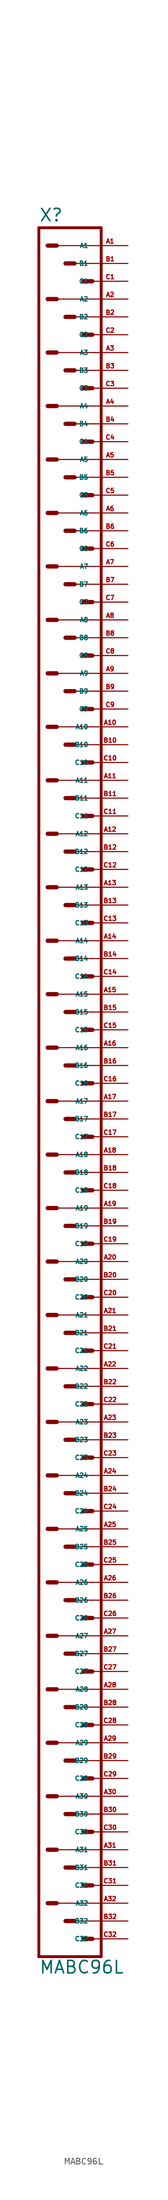
<source format=kicad_sym>
(kicad_symbol_lib
  (version 20220914)
  (generator Eagle2Kicad)
  (symbol "MABC96L"
    (property "Reference" "X"
      (at -5.08 112.522 0)
      (effects (font (size 1.778 1.778) (thickness 0.22)) (justify left bottom)))
    (property "Value" "MABC96L"
      (at -5.08 -137.16 0)
      (effects (font (size 1.778 1.778) (thickness 0.22)) (justify left bottom)))
    (polyline
      (pts (xy 3.81 -134.62) (xy -5.08 -134.62))
      (stroke (width 0.406) (type default))
      (fill (type none)))
    (polyline
      (pts (xy -5.08 111.76) (xy -5.08 -134.62))
      (stroke (width 0.406) (type default))
      (fill (type none)))
    (polyline
      (pts (xy -5.08 111.76) (xy 3.81 111.76))
      (stroke (width 0.406) (type default))
      (fill (type none)))
    (polyline
      (pts (xy 3.81 -134.62) (xy 3.81 111.76))
      (stroke (width 0.406) (type default))
      (fill (type none)))
    (polyline
      (pts (xy 2.54 106.68) (xy 0 106.68))
      (stroke (width 0.152) (type default))
      (fill (type none)))
    (polyline
      (pts (xy -2.54 109.22) (xy 2.54 109.22))
      (stroke (width 0.152) (type default))
      (fill (type none)))
    (polyline
      (pts (xy 2.54 99.06) (xy 0 99.06))
      (stroke (width 0.152) (type default))
      (fill (type none)))
    (polyline
      (pts (xy -2.54 101.6) (xy 2.54 101.6))
      (stroke (width 0.152) (type default))
      (fill (type none)))
    (polyline
      (pts (xy 2.54 91.44) (xy 0 91.44))
      (stroke (width 0.152) (type default))
      (fill (type none)))
    (polyline
      (pts (xy -2.54 93.98) (xy 2.54 93.98))
      (stroke (width 0.152) (type default))
      (fill (type none)))
    (polyline
      (pts (xy -2.54 86.36) (xy 2.54 86.36))
      (stroke (width 0.152) (type default))
      (fill (type none)))
    (polyline
      (pts (xy 2.54 83.82) (xy 0 83.82))
      (stroke (width 0.152) (type default))
      (fill (type none)))
    (polyline
      (pts (xy 2.54 76.2) (xy 0 76.2))
      (stroke (width 0.152) (type default))
      (fill (type none)))
    (polyline
      (pts (xy -2.54 78.74) (xy 2.54 78.74))
      (stroke (width 0.152) (type default))
      (fill (type none)))
    (polyline
      (pts (xy 2.54 68.58) (xy 0 68.58))
      (stroke (width 0.152) (type default))
      (fill (type none)))
    (polyline
      (pts (xy -2.54 71.12) (xy 2.54 71.12))
      (stroke (width 0.152) (type default))
      (fill (type none)))
    (polyline
      (pts (xy 2.54 60.96) (xy 0 60.96))
      (stroke (width 0.152) (type default))
      (fill (type none)))
    (polyline
      (pts (xy -2.54 63.5) (xy 2.54 63.5))
      (stroke (width 0.152) (type default))
      (fill (type none)))
    (polyline
      (pts (xy 2.54 53.34) (xy 0 53.34))
      (stroke (width 0.152) (type default))
      (fill (type none)))
    (polyline
      (pts (xy -2.54 55.88) (xy 2.54 55.88))
      (stroke (width 0.152) (type default))
      (fill (type none)))
    (polyline
      (pts (xy 2.54 45.72) (xy 0 45.72))
      (stroke (width 0.152) (type default))
      (fill (type none)))
    (polyline
      (pts (xy -2.54 48.26) (xy 2.54 48.26))
      (stroke (width 0.152) (type default))
      (fill (type none)))
    (polyline
      (pts (xy 2.54 38.1) (xy 0 38.1))
      (stroke (width 0.152) (type default))
      (fill (type none)))
    (polyline
      (pts (xy -2.54 40.64) (xy 2.54 40.64))
      (stroke (width 0.152) (type default))
      (fill (type none)))
    (polyline
      (pts (xy 2.54 30.48) (xy 0 30.48))
      (stroke (width 0.152) (type default))
      (fill (type none)))
    (polyline
      (pts (xy -2.54 33.02) (xy 2.54 33.02))
      (stroke (width 0.152) (type default))
      (fill (type none)))
    (polyline
      (pts (xy 2.54 22.86) (xy 0 22.86))
      (stroke (width 0.152) (type default))
      (fill (type none)))
    (polyline
      (pts (xy -2.54 25.4) (xy 2.54 25.4))
      (stroke (width 0.152) (type default))
      (fill (type none)))
    (polyline
      (pts (xy 2.54 15.24) (xy 0 15.24))
      (stroke (width 0.152) (type default))
      (fill (type none)))
    (polyline
      (pts (xy -2.54 17.78) (xy 2.54 17.78))
      (stroke (width 0.152) (type default))
      (fill (type none)))
    (polyline
      (pts (xy 2.54 7.62) (xy 0 7.62))
      (stroke (width 0.152) (type default))
      (fill (type none)))
    (polyline
      (pts (xy -2.54 10.16) (xy 2.54 10.16))
      (stroke (width 0.152) (type default))
      (fill (type none)))
    (polyline
      (pts (xy 2.54 0) (xy 0 0))
      (stroke (width 0.152) (type default))
      (fill (type none)))
    (polyline
      (pts (xy -2.54 2.54) (xy 2.54 2.54))
      (stroke (width 0.152) (type default))
      (fill (type none)))
    (polyline
      (pts (xy 2.54 -7.62) (xy 0 -7.62))
      (stroke (width 0.152) (type default))
      (fill (type none)))
    (polyline
      (pts (xy -2.54 -5.08) (xy 2.54 -5.08))
      (stroke (width 0.152) (type default))
      (fill (type none)))
    (polyline
      (pts (xy 2.54 -15.24) (xy 0 -15.24))
      (stroke (width 0.152) (type default))
      (fill (type none)))
    (polyline
      (pts (xy -2.54 -12.7) (xy 2.54 -12.7))
      (stroke (width 0.152) (type default))
      (fill (type none)))
    (polyline
      (pts (xy 2.54 -22.86) (xy 0 -22.86))
      (stroke (width 0.152) (type default))
      (fill (type none)))
    (polyline
      (pts (xy -2.54 -20.32) (xy 2.54 -20.32))
      (stroke (width 0.152) (type default))
      (fill (type none)))
    (polyline
      (pts (xy 2.54 -30.48) (xy 0 -30.48))
      (stroke (width 0.152) (type default))
      (fill (type none)))
    (polyline
      (pts (xy -2.54 -27.94) (xy 2.54 -27.94))
      (stroke (width 0.152) (type default))
      (fill (type none)))
    (polyline
      (pts (xy 2.54 -38.1) (xy 0 -38.1))
      (stroke (width 0.152) (type default))
      (fill (type none)))
    (polyline
      (pts (xy -2.54 -35.56) (xy 2.54 -35.56))
      (stroke (width 0.152) (type default))
      (fill (type none)))
    (polyline
      (pts (xy 2.54 -45.72) (xy 0 -45.72))
      (stroke (width 0.152) (type default))
      (fill (type none)))
    (polyline
      (pts (xy -2.54 -43.18) (xy 2.54 -43.18))
      (stroke (width 0.152) (type default))
      (fill (type none)))
    (polyline
      (pts (xy 2.54 -53.34) (xy 0 -53.34))
      (stroke (width 0.152) (type default))
      (fill (type none)))
    (polyline
      (pts (xy -2.54 -50.8) (xy 2.54 -50.8))
      (stroke (width 0.152) (type default))
      (fill (type none)))
    (polyline
      (pts (xy 2.54 -60.96) (xy 0 -60.96))
      (stroke (width 0.152) (type default))
      (fill (type none)))
    (polyline
      (pts (xy -2.54 -58.42) (xy 2.54 -58.42))
      (stroke (width 0.152) (type default))
      (fill (type none)))
    (polyline
      (pts (xy 2.54 -68.58) (xy 0 -68.58))
      (stroke (width 0.152) (type default))
      (fill (type none)))
    (polyline
      (pts (xy -2.54 -66.04) (xy 2.54 -66.04))
      (stroke (width 0.152) (type default))
      (fill (type none)))
    (polyline
      (pts (xy 2.54 -76.2) (xy 0 -76.2))
      (stroke (width 0.152) (type default))
      (fill (type none)))
    (polyline
      (pts (xy -2.54 -73.66) (xy 2.54 -73.66))
      (stroke (width 0.152) (type default))
      (fill (type none)))
    (polyline
      (pts (xy 2.54 -83.82) (xy 0 -83.82))
      (stroke (width 0.152) (type default))
      (fill (type none)))
    (polyline
      (pts (xy -2.54 -81.28) (xy 2.54 -81.28))
      (stroke (width 0.152) (type default))
      (fill (type none)))
    (polyline
      (pts (xy 2.54 -91.44) (xy 0 -91.44))
      (stroke (width 0.152) (type default))
      (fill (type none)))
    (polyline
      (pts (xy 2.54 -99.06) (xy 0 -99.06))
      (stroke (width 0.152) (type default))
      (fill (type none)))
    (polyline
      (pts (xy 2.54 -106.68) (xy 0 -106.68))
      (stroke (width 0.152) (type default))
      (fill (type none)))
    (polyline
      (pts (xy -2.54 -88.9) (xy 2.54 -88.9))
      (stroke (width 0.152) (type default))
      (fill (type none)))
    (polyline
      (pts (xy -2.54 -96.52) (xy 2.54 -96.52))
      (stroke (width 0.152) (type default))
      (fill (type none)))
    (polyline
      (pts (xy -2.54 -104.14) (xy 2.54 -104.14))
      (stroke (width 0.152) (type default))
      (fill (type none)))
    (polyline
      (pts (xy 2.54 -114.3) (xy 0 -114.3))
      (stroke (width 0.152) (type default))
      (fill (type none)))
    (polyline
      (pts (xy -2.54 -111.76) (xy 2.54 -111.76))
      (stroke (width 0.152) (type default))
      (fill (type none)))
    (polyline
      (pts (xy 2.54 -121.92) (xy 0 -121.92))
      (stroke (width 0.152) (type default))
      (fill (type none)))
    (polyline
      (pts (xy -2.54 -119.38) (xy 2.54 -119.38))
      (stroke (width 0.152) (type default))
      (fill (type none)))
    (polyline
      (pts (xy -2.54 -127) (xy 2.54 -127))
      (stroke (width 0.152) (type default))
      (fill (type none)))
    (polyline
      (pts (xy 2.54 -129.54) (xy 0 -129.54))
      (stroke (width 0.152) (type default))
      (fill (type none)))
    (polyline
      (pts (xy -3.81 -127) (xy -2.54 -127))
      (stroke (width 0.61) (type default))
      (fill (type none)))
    (polyline
      (pts (xy -1.27 -129.54) (xy 0 -129.54))
      (stroke (width 0.61) (type default))
      (fill (type none)))
    (polyline
      (pts (xy 1.27 -132.08) (xy 2.54 -132.08))
      (stroke (width 0.61) (type default))
      (fill (type none)))
    (polyline
      (pts (xy -3.81 -119.38) (xy -2.54 -119.38))
      (stroke (width 0.61) (type default))
      (fill (type none)))
    (polyline
      (pts (xy -1.27 -121.92) (xy 0 -121.92))
      (stroke (width 0.61) (type default))
      (fill (type none)))
    (polyline
      (pts (xy 1.27 -124.46) (xy 2.54 -124.46))
      (stroke (width 0.61) (type default))
      (fill (type none)))
    (polyline
      (pts (xy -3.81 -111.76) (xy -2.54 -111.76))
      (stroke (width 0.61) (type default))
      (fill (type none)))
    (polyline
      (pts (xy -1.27 -114.3) (xy 0 -114.3))
      (stroke (width 0.61) (type default))
      (fill (type none)))
    (polyline
      (pts (xy 1.27 -116.84) (xy 2.54 -116.84))
      (stroke (width 0.61) (type default))
      (fill (type none)))
    (polyline
      (pts (xy -3.81 -104.14) (xy -2.54 -104.14))
      (stroke (width 0.61) (type default))
      (fill (type none)))
    (polyline
      (pts (xy -1.27 -106.68) (xy 0 -106.68))
      (stroke (width 0.61) (type default))
      (fill (type none)))
    (polyline
      (pts (xy 1.27 -109.22) (xy 2.54 -109.22))
      (stroke (width 0.61) (type default))
      (fill (type none)))
    (polyline
      (pts (xy -3.81 -96.52) (xy -2.54 -96.52))
      (stroke (width 0.61) (type default))
      (fill (type none)))
    (polyline
      (pts (xy -1.27 -99.06) (xy 0 -99.06))
      (stroke (width 0.61) (type default))
      (fill (type none)))
    (polyline
      (pts (xy 1.27 -101.6) (xy 2.54 -101.6))
      (stroke (width 0.61) (type default))
      (fill (type none)))
    (polyline
      (pts (xy -3.81 -88.9) (xy -2.54 -88.9))
      (stroke (width 0.61) (type default))
      (fill (type none)))
    (polyline
      (pts (xy -1.27 -91.44) (xy 0 -91.44))
      (stroke (width 0.61) (type default))
      (fill (type none)))
    (polyline
      (pts (xy 1.27 -93.98) (xy 2.54 -93.98))
      (stroke (width 0.61) (type default))
      (fill (type none)))
    (polyline
      (pts (xy -3.81 -81.28) (xy -2.54 -81.28))
      (stroke (width 0.61) (type default))
      (fill (type none)))
    (polyline
      (pts (xy -1.27 -83.82) (xy 0 -83.82))
      (stroke (width 0.61) (type default))
      (fill (type none)))
    (polyline
      (pts (xy 1.27 -86.36) (xy 2.54 -86.36))
      (stroke (width 0.61) (type default))
      (fill (type none)))
    (polyline
      (pts (xy -3.81 -73.66) (xy -2.54 -73.66))
      (stroke (width 0.61) (type default))
      (fill (type none)))
    (polyline
      (pts (xy -1.27 -76.2) (xy 0 -76.2))
      (stroke (width 0.61) (type default))
      (fill (type none)))
    (polyline
      (pts (xy 1.27 -78.74) (xy 2.54 -78.74))
      (stroke (width 0.61) (type default))
      (fill (type none)))
    (polyline
      (pts (xy -3.81 -66.04) (xy -2.54 -66.04))
      (stroke (width 0.61) (type default))
      (fill (type none)))
    (polyline
      (pts (xy -1.27 -68.58) (xy 0 -68.58))
      (stroke (width 0.61) (type default))
      (fill (type none)))
    (polyline
      (pts (xy 1.27 -71.12) (xy 2.54 -71.12))
      (stroke (width 0.61) (type default))
      (fill (type none)))
    (polyline
      (pts (xy -3.81 -58.42) (xy -2.54 -58.42))
      (stroke (width 0.61) (type default))
      (fill (type none)))
    (polyline
      (pts (xy -1.27 -60.96) (xy 0 -60.96))
      (stroke (width 0.61) (type default))
      (fill (type none)))
    (polyline
      (pts (xy 1.27 -63.5) (xy 2.54 -63.5))
      (stroke (width 0.61) (type default))
      (fill (type none)))
    (polyline
      (pts (xy -3.81 -50.8) (xy -2.54 -50.8))
      (stroke (width 0.61) (type default))
      (fill (type none)))
    (polyline
      (pts (xy -1.27 -53.34) (xy 0 -53.34))
      (stroke (width 0.61) (type default))
      (fill (type none)))
    (polyline
      (pts (xy 1.27 -55.88) (xy 2.54 -55.88))
      (stroke (width 0.61) (type default))
      (fill (type none)))
    (polyline
      (pts (xy -3.81 -43.18) (xy -2.54 -43.18))
      (stroke (width 0.61) (type default))
      (fill (type none)))
    (polyline
      (pts (xy -1.27 -45.72) (xy 0 -45.72))
      (stroke (width 0.61) (type default))
      (fill (type none)))
    (polyline
      (pts (xy 1.27 -48.26) (xy 2.54 -48.26))
      (stroke (width 0.61) (type default))
      (fill (type none)))
    (polyline
      (pts (xy -3.81 -35.56) (xy -2.54 -35.56))
      (stroke (width 0.61) (type default))
      (fill (type none)))
    (polyline
      (pts (xy -1.27 -38.1) (xy 0 -38.1))
      (stroke (width 0.61) (type default))
      (fill (type none)))
    (polyline
      (pts (xy 1.27 -40.64) (xy 2.54 -40.64))
      (stroke (width 0.61) (type default))
      (fill (type none)))
    (polyline
      (pts (xy -3.81 -27.94) (xy -2.54 -27.94))
      (stroke (width 0.61) (type default))
      (fill (type none)))
    (polyline
      (pts (xy -1.27 -30.48) (xy 0 -30.48))
      (stroke (width 0.61) (type default))
      (fill (type none)))
    (polyline
      (pts (xy 1.27 -33.02) (xy 2.54 -33.02))
      (stroke (width 0.61) (type default))
      (fill (type none)))
    (polyline
      (pts (xy -3.81 -20.32) (xy -2.54 -20.32))
      (stroke (width 0.61) (type default))
      (fill (type none)))
    (polyline
      (pts (xy -1.27 -22.86) (xy 0 -22.86))
      (stroke (width 0.61) (type default))
      (fill (type none)))
    (polyline
      (pts (xy 1.27 -25.4) (xy 2.54 -25.4))
      (stroke (width 0.61) (type default))
      (fill (type none)))
    (polyline
      (pts (xy -3.81 -12.7) (xy -2.54 -12.7))
      (stroke (width 0.61) (type default))
      (fill (type none)))
    (polyline
      (pts (xy -1.27 -15.24) (xy 0 -15.24))
      (stroke (width 0.61) (type default))
      (fill (type none)))
    (polyline
      (pts (xy 1.27 -17.78) (xy 2.54 -17.78))
      (stroke (width 0.61) (type default))
      (fill (type none)))
    (polyline
      (pts (xy -3.81 -5.08) (xy -2.54 -5.08))
      (stroke (width 0.61) (type default))
      (fill (type none)))
    (polyline
      (pts (xy -1.27 -7.62) (xy 0 -7.62))
      (stroke (width 0.61) (type default))
      (fill (type none)))
    (polyline
      (pts (xy 1.27 -10.16) (xy 2.54 -10.16))
      (stroke (width 0.61) (type default))
      (fill (type none)))
    (polyline
      (pts (xy -3.81 2.54) (xy -2.54 2.54))
      (stroke (width 0.61) (type default))
      (fill (type none)))
    (polyline
      (pts (xy -1.27 0) (xy 0 0))
      (stroke (width 0.61) (type default))
      (fill (type none)))
    (polyline
      (pts (xy 1.27 -2.54) (xy 2.54 -2.54))
      (stroke (width 0.61) (type default))
      (fill (type none)))
    (polyline
      (pts (xy -3.81 10.16) (xy -2.54 10.16))
      (stroke (width 0.61) (type default))
      (fill (type none)))
    (polyline
      (pts (xy -1.27 7.62) (xy 0 7.62))
      (stroke (width 0.61) (type default))
      (fill (type none)))
    (polyline
      (pts (xy 1.27 5.08) (xy 2.54 5.08))
      (stroke (width 0.61) (type default))
      (fill (type none)))
    (polyline
      (pts (xy -3.81 17.78) (xy -2.54 17.78))
      (stroke (width 0.61) (type default))
      (fill (type none)))
    (polyline
      (pts (xy -1.27 15.24) (xy 0 15.24))
      (stroke (width 0.61) (type default))
      (fill (type none)))
    (polyline
      (pts (xy 1.27 12.7) (xy 2.54 12.7))
      (stroke (width 0.61) (type default))
      (fill (type none)))
    (polyline
      (pts (xy -3.81 25.4) (xy -2.54 25.4))
      (stroke (width 0.61) (type default))
      (fill (type none)))
    (polyline
      (pts (xy -1.27 22.86) (xy 0 22.86))
      (stroke (width 0.61) (type default))
      (fill (type none)))
    (polyline
      (pts (xy 1.27 20.32) (xy 2.54 20.32))
      (stroke (width 0.61) (type default))
      (fill (type none)))
    (polyline
      (pts (xy -3.81 33.02) (xy -2.54 33.02))
      (stroke (width 0.61) (type default))
      (fill (type none)))
    (polyline
      (pts (xy -1.27 30.48) (xy 0 30.48))
      (stroke (width 0.61) (type default))
      (fill (type none)))
    (polyline
      (pts (xy 1.27 27.94) (xy 2.54 27.94))
      (stroke (width 0.61) (type default))
      (fill (type none)))
    (polyline
      (pts (xy -3.81 40.64) (xy -2.54 40.64))
      (stroke (width 0.61) (type default))
      (fill (type none)))
    (polyline
      (pts (xy -1.27 38.1) (xy 0 38.1))
      (stroke (width 0.61) (type default))
      (fill (type none)))
    (polyline
      (pts (xy 1.27 35.56) (xy 2.54 35.56))
      (stroke (width 0.61) (type default))
      (fill (type none)))
    (polyline
      (pts (xy -3.81 48.26) (xy -2.54 48.26))
      (stroke (width 0.61) (type default))
      (fill (type none)))
    (polyline
      (pts (xy -1.27 45.72) (xy 0 45.72))
      (stroke (width 0.61) (type default))
      (fill (type none)))
    (polyline
      (pts (xy 1.27 43.18) (xy 2.54 43.18))
      (stroke (width 0.61) (type default))
      (fill (type none)))
    (polyline
      (pts (xy -3.81 55.88) (xy -2.54 55.88))
      (stroke (width 0.61) (type default))
      (fill (type none)))
    (polyline
      (pts (xy -1.27 53.34) (xy 0 53.34))
      (stroke (width 0.61) (type default))
      (fill (type none)))
    (polyline
      (pts (xy 1.27 50.8) (xy 2.54 50.8))
      (stroke (width 0.61) (type default))
      (fill (type none)))
    (polyline
      (pts (xy -3.81 63.5) (xy -2.54 63.5))
      (stroke (width 0.61) (type default))
      (fill (type none)))
    (polyline
      (pts (xy -1.27 60.96) (xy 0 60.96))
      (stroke (width 0.61) (type default))
      (fill (type none)))
    (polyline
      (pts (xy 1.27 58.42) (xy 2.54 58.42))
      (stroke (width 0.61) (type default))
      (fill (type none)))
    (polyline
      (pts (xy -3.81 71.12) (xy -2.54 71.12))
      (stroke (width 0.61) (type default))
      (fill (type none)))
    (polyline
      (pts (xy -1.27 68.58) (xy 0 68.58))
      (stroke (width 0.61) (type default))
      (fill (type none)))
    (polyline
      (pts (xy 1.27 66.04) (xy 2.54 66.04))
      (stroke (width 0.61) (type default))
      (fill (type none)))
    (polyline
      (pts (xy -3.81 78.74) (xy -2.54 78.74))
      (stroke (width 0.61) (type default))
      (fill (type none)))
    (polyline
      (pts (xy -1.27 76.2) (xy 0 76.2))
      (stroke (width 0.61) (type default))
      (fill (type none)))
    (polyline
      (pts (xy 1.27 73.66) (xy 2.54 73.66))
      (stroke (width 0.61) (type default))
      (fill (type none)))
    (polyline
      (pts (xy -3.81 86.36) (xy -2.54 86.36))
      (stroke (width 0.61) (type default))
      (fill (type none)))
    (polyline
      (pts (xy -1.27 83.82) (xy 0 83.82))
      (stroke (width 0.61) (type default))
      (fill (type none)))
    (polyline
      (pts (xy 1.27 81.28) (xy 2.54 81.28))
      (stroke (width 0.61) (type default))
      (fill (type none)))
    (polyline
      (pts (xy -3.81 93.98) (xy -2.54 93.98))
      (stroke (width 0.61) (type default))
      (fill (type none)))
    (polyline
      (pts (xy -1.27 91.44) (xy 0 91.44))
      (stroke (width 0.61) (type default))
      (fill (type none)))
    (polyline
      (pts (xy 1.27 88.9) (xy 2.54 88.9))
      (stroke (width 0.61) (type default))
      (fill (type none)))
    (polyline
      (pts (xy -3.81 101.6) (xy -2.54 101.6))
      (stroke (width 0.61) (type default))
      (fill (type none)))
    (polyline
      (pts (xy -1.27 99.06) (xy 0 99.06))
      (stroke (width 0.61) (type default))
      (fill (type none)))
    (polyline
      (pts (xy 1.27 96.52) (xy 2.54 96.52))
      (stroke (width 0.61) (type default))
      (fill (type none)))
    (polyline
      (pts (xy -3.81 109.22) (xy -2.54 109.22))
      (stroke (width 0.61) (type default))
      (fill (type none)))
    (polyline
      (pts (xy -1.27 106.68) (xy 0 106.68))
      (stroke (width 0.61) (type default))
      (fill (type none)))
    (polyline
      (pts (xy 1.27 104.14) (xy 2.54 104.14))
      (stroke (width 0.61) (type default))
      (fill (type none)))
    (pin passive line
      (at 7.62 106.68 180)
      (length 5.08)
      (name "B1" (effects (font (size 0.635 0.635) (thickness 0.08)) (justify left bottom)))
      (number "B1" (effects (font (size 0.635 0.635) (thickness 0.08)) (justify left bottom))))
    (pin passive line
      (at 7.62 99.06 180)
      (length 5.08)
      (name "B2" (effects (font (size 0.635 0.635) (thickness 0.08)) (justify left bottom)))
      (number "B2" (effects (font (size 0.635 0.635) (thickness 0.08)) (justify left bottom))))
    (pin passive line
      (at 7.62 91.44 180)
      (length 5.08)
      (name "B3" (effects (font (size 0.635 0.635) (thickness 0.08)) (justify left bottom)))
      (number "B3" (effects (font (size 0.635 0.635) (thickness 0.08)) (justify left bottom))))
    (pin passive line
      (at 7.62 83.82 180)
      (length 5.08)
      (name "B4" (effects (font (size 0.635 0.635) (thickness 0.08)) (justify left bottom)))
      (number "B4" (effects (font (size 0.635 0.635) (thickness 0.08)) (justify left bottom))))
    (pin passive line
      (at 7.62 76.2 180)
      (length 5.08)
      (name "B5" (effects (font (size 0.635 0.635) (thickness 0.08)) (justify left bottom)))
      (number "B5" (effects (font (size 0.635 0.635) (thickness 0.08)) (justify left bottom))))
    (pin passive line
      (at 7.62 68.58 180)
      (length 5.08)
      (name "B6" (effects (font (size 0.635 0.635) (thickness 0.08)) (justify left bottom)))
      (number "B6" (effects (font (size 0.635 0.635) (thickness 0.08)) (justify left bottom))))
    (pin passive line
      (at 7.62 60.96 180)
      (length 5.08)
      (name "B7" (effects (font (size 0.635 0.635) (thickness 0.08)) (justify left bottom)))
      (number "B7" (effects (font (size 0.635 0.635) (thickness 0.08)) (justify left bottom))))
    (pin passive line
      (at 7.62 53.34 180)
      (length 5.08)
      (name "B8" (effects (font (size 0.635 0.635) (thickness 0.08)) (justify left bottom)))
      (number "B8" (effects (font (size 0.635 0.635) (thickness 0.08)) (justify left bottom))))
    (pin passive line
      (at 7.62 45.72 180)
      (length 5.08)
      (name "B9" (effects (font (size 0.635 0.635) (thickness 0.08)) (justify left bottom)))
      (number "B9" (effects (font (size 0.635 0.635) (thickness 0.08)) (justify left bottom))))
    (pin passive line
      (at 7.62 38.1 180)
      (length 5.08)
      (name "B10" (effects (font (size 0.635 0.635) (thickness 0.08)) (justify left bottom)))
      (number "B10" (effects (font (size 0.635 0.635) (thickness 0.08)) (justify left bottom))))
    (pin passive line
      (at 7.62 30.48 180)
      (length 5.08)
      (name "B11" (effects (font (size 0.635 0.635) (thickness 0.08)) (justify left bottom)))
      (number "B11" (effects (font (size 0.635 0.635) (thickness 0.08)) (justify left bottom))))
    (pin passive line
      (at 7.62 22.86 180)
      (length 5.08)
      (name "B12" (effects (font (size 0.635 0.635) (thickness 0.08)) (justify left bottom)))
      (number "B12" (effects (font (size 0.635 0.635) (thickness 0.08)) (justify left bottom))))
    (pin passive line
      (at 7.62 15.24 180)
      (length 5.08)
      (name "B13" (effects (font (size 0.635 0.635) (thickness 0.08)) (justify left bottom)))
      (number "B13" (effects (font (size 0.635 0.635) (thickness 0.08)) (justify left bottom))))
    (pin passive line
      (at 7.62 7.62 180)
      (length 5.08)
      (name "B14" (effects (font (size 0.635 0.635) (thickness 0.08)) (justify left bottom)))
      (number "B14" (effects (font (size 0.635 0.635) (thickness 0.08)) (justify left bottom))))
    (pin passive line
      (at 7.62 0 180)
      (length 5.08)
      (name "B15" (effects (font (size 0.635 0.635) (thickness 0.08)) (justify left bottom)))
      (number "B15" (effects (font (size 0.635 0.635) (thickness 0.08)) (justify left bottom))))
    (pin passive line
      (at 7.62 -7.62 180)
      (length 5.08)
      (name "B16" (effects (font (size 0.635 0.635) (thickness 0.08)) (justify left bottom)))
      (number "B16" (effects (font (size 0.635 0.635) (thickness 0.08)) (justify left bottom))))
    (pin passive line
      (at 7.62 -15.24 180)
      (length 5.08)
      (name "B17" (effects (font (size 0.635 0.635) (thickness 0.08)) (justify left bottom)))
      (number "B17" (effects (font (size 0.635 0.635) (thickness 0.08)) (justify left bottom))))
    (pin passive line
      (at 7.62 -22.86 180)
      (length 5.08)
      (name "B18" (effects (font (size 0.635 0.635) (thickness 0.08)) (justify left bottom)))
      (number "B18" (effects (font (size 0.635 0.635) (thickness 0.08)) (justify left bottom))))
    (pin passive line
      (at 7.62 -30.48 180)
      (length 5.08)
      (name "B19" (effects (font (size 0.635 0.635) (thickness 0.08)) (justify left bottom)))
      (number "B19" (effects (font (size 0.635 0.635) (thickness 0.08)) (justify left bottom))))
    (pin passive line
      (at 7.62 -38.1 180)
      (length 5.08)
      (name "B20" (effects (font (size 0.635 0.635) (thickness 0.08)) (justify left bottom)))
      (number "B20" (effects (font (size 0.635 0.635) (thickness 0.08)) (justify left bottom))))
    (pin passive line
      (at 7.62 -45.72 180)
      (length 5.08)
      (name "B21" (effects (font (size 0.635 0.635) (thickness 0.08)) (justify left bottom)))
      (number "B21" (effects (font (size 0.635 0.635) (thickness 0.08)) (justify left bottom))))
    (pin passive line
      (at 7.62 -53.34 180)
      (length 5.08)
      (name "B22" (effects (font (size 0.635 0.635) (thickness 0.08)) (justify left bottom)))
      (number "B22" (effects (font (size 0.635 0.635) (thickness 0.08)) (justify left bottom))))
    (pin passive line
      (at 7.62 -60.96 180)
      (length 5.08)
      (name "B23" (effects (font (size 0.635 0.635) (thickness 0.08)) (justify left bottom)))
      (number "B23" (effects (font (size 0.635 0.635) (thickness 0.08)) (justify left bottom))))
    (pin passive line
      (at 7.62 -68.58 180)
      (length 5.08)
      (name "B24" (effects (font (size 0.635 0.635) (thickness 0.08)) (justify left bottom)))
      (number "B24" (effects (font (size 0.635 0.635) (thickness 0.08)) (justify left bottom))))
    (pin passive line
      (at 7.62 -76.2 180)
      (length 5.08)
      (name "B25" (effects (font (size 0.635 0.635) (thickness 0.08)) (justify left bottom)))
      (number "B25" (effects (font (size 0.635 0.635) (thickness 0.08)) (justify left bottom))))
    (pin passive line
      (at 7.62 -83.82 180)
      (length 5.08)
      (name "B26" (effects (font (size 0.635 0.635) (thickness 0.08)) (justify left bottom)))
      (number "B26" (effects (font (size 0.635 0.635) (thickness 0.08)) (justify left bottom))))
    (pin passive line
      (at 7.62 -91.44 180)
      (length 5.08)
      (name "B27" (effects (font (size 0.635 0.635) (thickness 0.08)) (justify left bottom)))
      (number "B27" (effects (font (size 0.635 0.635) (thickness 0.08)) (justify left bottom))))
    (pin passive line
      (at 7.62 -99.06 180)
      (length 5.08)
      (name "B28" (effects (font (size 0.635 0.635) (thickness 0.08)) (justify left bottom)))
      (number "B28" (effects (font (size 0.635 0.635) (thickness 0.08)) (justify left bottom))))
    (pin passive line
      (at 7.62 -106.68 180)
      (length 5.08)
      (name "B29" (effects (font (size 0.635 0.635) (thickness 0.08)) (justify left bottom)))
      (number "B29" (effects (font (size 0.635 0.635) (thickness 0.08)) (justify left bottom))))
    (pin passive line
      (at 7.62 -114.3 180)
      (length 5.08)
      (name "B30" (effects (font (size 0.635 0.635) (thickness 0.08)) (justify left bottom)))
      (number "B30" (effects (font (size 0.635 0.635) (thickness 0.08)) (justify left bottom))))
    (pin passive line
      (at 7.62 -121.92 180)
      (length 5.08)
      (name "B31" (effects (font (size 0.635 0.635) (thickness 0.08)) (justify left bottom)))
      (number "B31" (effects (font (size 0.635 0.635) (thickness 0.08)) (justify left bottom))))
    (pin passive line
      (at 7.62 -129.54 180)
      (length 5.08)
      (name "B32" (effects (font (size 0.635 0.635) (thickness 0.08)) (justify left bottom)))
      (number "B32" (effects (font (size 0.635 0.635) (thickness 0.08)) (justify left bottom))))
    (pin passive line
      (at 7.62 109.22 180)
      (length 5.08)
      (name "A1" (effects (font (size 0.635 0.635) (thickness 0.08)) (justify left bottom)))
      (number "A1" (effects (font (size 0.635 0.635) (thickness 0.08)) (justify left bottom))))
    (pin passive line
      (at 7.62 101.6 180)
      (length 5.08)
      (name "A2" (effects (font (size 0.635 0.635) (thickness 0.08)) (justify left bottom)))
      (number "A2" (effects (font (size 0.635 0.635) (thickness 0.08)) (justify left bottom))))
    (pin passive line
      (at 7.62 93.98 180)
      (length 5.08)
      (name "A3" (effects (font (size 0.635 0.635) (thickness 0.08)) (justify left bottom)))
      (number "A3" (effects (font (size 0.635 0.635) (thickness 0.08)) (justify left bottom))))
    (pin passive line
      (at 7.62 86.36 180)
      (length 5.08)
      (name "A4" (effects (font (size 0.635 0.635) (thickness 0.08)) (justify left bottom)))
      (number "A4" (effects (font (size 0.635 0.635) (thickness 0.08)) (justify left bottom))))
    (pin passive line
      (at 7.62 78.74 180)
      (length 5.08)
      (name "A5" (effects (font (size 0.635 0.635) (thickness 0.08)) (justify left bottom)))
      (number "A5" (effects (font (size 0.635 0.635) (thickness 0.08)) (justify left bottom))))
    (pin passive line
      (at 7.62 71.12 180)
      (length 5.08)
      (name "A6" (effects (font (size 0.635 0.635) (thickness 0.08)) (justify left bottom)))
      (number "A6" (effects (font (size 0.635 0.635) (thickness 0.08)) (justify left bottom))))
    (pin passive line
      (at 7.62 63.5 180)
      (length 5.08)
      (name "A7" (effects (font (size 0.635 0.635) (thickness 0.08)) (justify left bottom)))
      (number "A7" (effects (font (size 0.635 0.635) (thickness 0.08)) (justify left bottom))))
    (pin passive line
      (at 7.62 55.88 180)
      (length 5.08)
      (name "A8" (effects (font (size 0.635 0.635) (thickness 0.08)) (justify left bottom)))
      (number "A8" (effects (font (size 0.635 0.635) (thickness 0.08)) (justify left bottom))))
    (pin passive line
      (at 7.62 48.26 180)
      (length 5.08)
      (name "A9" (effects (font (size 0.635 0.635) (thickness 0.08)) (justify left bottom)))
      (number "A9" (effects (font (size 0.635 0.635) (thickness 0.08)) (justify left bottom))))
    (pin passive line
      (at 7.62 40.64 180)
      (length 5.08)
      (name "A10" (effects (font (size 0.635 0.635) (thickness 0.08)) (justify left bottom)))
      (number "A10" (effects (font (size 0.635 0.635) (thickness 0.08)) (justify left bottom))))
    (pin passive line
      (at 7.62 33.02 180)
      (length 5.08)
      (name "A11" (effects (font (size 0.635 0.635) (thickness 0.08)) (justify left bottom)))
      (number "A11" (effects (font (size 0.635 0.635) (thickness 0.08)) (justify left bottom))))
    (pin passive line
      (at 7.62 25.4 180)
      (length 5.08)
      (name "A12" (effects (font (size 0.635 0.635) (thickness 0.08)) (justify left bottom)))
      (number "A12" (effects (font (size 0.635 0.635) (thickness 0.08)) (justify left bottom))))
    (pin passive line
      (at 7.62 17.78 180)
      (length 5.08)
      (name "A13" (effects (font (size 0.635 0.635) (thickness 0.08)) (justify left bottom)))
      (number "A13" (effects (font (size 0.635 0.635) (thickness 0.08)) (justify left bottom))))
    (pin passive line
      (at 7.62 10.16 180)
      (length 5.08)
      (name "A14" (effects (font (size 0.635 0.635) (thickness 0.08)) (justify left bottom)))
      (number "A14" (effects (font (size 0.635 0.635) (thickness 0.08)) (justify left bottom))))
    (pin passive line
      (at 7.62 2.54 180)
      (length 5.08)
      (name "A15" (effects (font (size 0.635 0.635) (thickness 0.08)) (justify left bottom)))
      (number "A15" (effects (font (size 0.635 0.635) (thickness 0.08)) (justify left bottom))))
    (pin passive line
      (at 7.62 -5.08 180)
      (length 5.08)
      (name "A16" (effects (font (size 0.635 0.635) (thickness 0.08)) (justify left bottom)))
      (number "A16" (effects (font (size 0.635 0.635) (thickness 0.08)) (justify left bottom))))
    (pin passive line
      (at 7.62 -12.7 180)
      (length 5.08)
      (name "A17" (effects (font (size 0.635 0.635) (thickness 0.08)) (justify left bottom)))
      (number "A17" (effects (font (size 0.635 0.635) (thickness 0.08)) (justify left bottom))))
    (pin passive line
      (at 7.62 -20.32 180)
      (length 5.08)
      (name "A18" (effects (font (size 0.635 0.635) (thickness 0.08)) (justify left bottom)))
      (number "A18" (effects (font (size 0.635 0.635) (thickness 0.08)) (justify left bottom))))
    (pin passive line
      (at 7.62 -27.94 180)
      (length 5.08)
      (name "A19" (effects (font (size 0.635 0.635) (thickness 0.08)) (justify left bottom)))
      (number "A19" (effects (font (size 0.635 0.635) (thickness 0.08)) (justify left bottom))))
    (pin passive line
      (at 7.62 -35.56 180)
      (length 5.08)
      (name "A20" (effects (font (size 0.635 0.635) (thickness 0.08)) (justify left bottom)))
      (number "A20" (effects (font (size 0.635 0.635) (thickness 0.08)) (justify left bottom))))
    (pin passive line
      (at 7.62 -43.18 180)
      (length 5.08)
      (name "A21" (effects (font (size 0.635 0.635) (thickness 0.08)) (justify left bottom)))
      (number "A21" (effects (font (size 0.635 0.635) (thickness 0.08)) (justify left bottom))))
    (pin passive line
      (at 7.62 -50.8 180)
      (length 5.08)
      (name "A22" (effects (font (size 0.635 0.635) (thickness 0.08)) (justify left bottom)))
      (number "A22" (effects (font (size 0.635 0.635) (thickness 0.08)) (justify left bottom))))
    (pin passive line
      (at 7.62 -58.42 180)
      (length 5.08)
      (name "A23" (effects (font (size 0.635 0.635) (thickness 0.08)) (justify left bottom)))
      (number "A23" (effects (font (size 0.635 0.635) (thickness 0.08)) (justify left bottom))))
    (pin passive line
      (at 7.62 -66.04 180)
      (length 5.08)
      (name "A24" (effects (font (size 0.635 0.635) (thickness 0.08)) (justify left bottom)))
      (number "A24" (effects (font (size 0.635 0.635) (thickness 0.08)) (justify left bottom))))
    (pin passive line
      (at 7.62 -73.66 180)
      (length 5.08)
      (name "A25" (effects (font (size 0.635 0.635) (thickness 0.08)) (justify left bottom)))
      (number "A25" (effects (font (size 0.635 0.635) (thickness 0.08)) (justify left bottom))))
    (pin passive line
      (at 7.62 -81.28 180)
      (length 5.08)
      (name "A26" (effects (font (size 0.635 0.635) (thickness 0.08)) (justify left bottom)))
      (number "A26" (effects (font (size 0.635 0.635) (thickness 0.08)) (justify left bottom))))
    (pin passive line
      (at 7.62 -88.9 180)
      (length 5.08)
      (name "A27" (effects (font (size 0.635 0.635) (thickness 0.08)) (justify left bottom)))
      (number "A27" (effects (font (size 0.635 0.635) (thickness 0.08)) (justify left bottom))))
    (pin passive line
      (at 7.62 -96.52 180)
      (length 5.08)
      (name "A28" (effects (font (size 0.635 0.635) (thickness 0.08)) (justify left bottom)))
      (number "A28" (effects (font (size 0.635 0.635) (thickness 0.08)) (justify left bottom))))
    (pin passive line
      (at 7.62 -104.14 180)
      (length 5.08)
      (name "A29" (effects (font (size 0.635 0.635) (thickness 0.08)) (justify left bottom)))
      (number "A29" (effects (font (size 0.635 0.635) (thickness 0.08)) (justify left bottom))))
    (pin passive line
      (at 7.62 -111.76 180)
      (length 5.08)
      (name "A30" (effects (font (size 0.635 0.635) (thickness 0.08)) (justify left bottom)))
      (number "A30" (effects (font (size 0.635 0.635) (thickness 0.08)) (justify left bottom))))
    (pin passive line
      (at 7.62 -119.38 180)
      (length 5.08)
      (name "A31" (effects (font (size 0.635 0.635) (thickness 0.08)) (justify left bottom)))
      (number "A31" (effects (font (size 0.635 0.635) (thickness 0.08)) (justify left bottom))))
    (pin passive line
      (at 7.62 -127 180)
      (length 5.08)
      (name "A32" (effects (font (size 0.635 0.635) (thickness 0.08)) (justify left bottom)))
      (number "A32" (effects (font (size 0.635 0.635) (thickness 0.08)) (justify left bottom))))
    (pin passive line
      (at 7.62 104.14 180)
      (length 5.08)
      (name "C1" (effects (font (size 0.635 0.635) (thickness 0.08)) (justify left bottom)))
      (number "C1" (effects (font (size 0.635 0.635) (thickness 0.08)) (justify left bottom))))
    (pin passive line
      (at 7.62 96.52 180)
      (length 5.08)
      (name "C2" (effects (font (size 0.635 0.635) (thickness 0.08)) (justify left bottom)))
      (number "C2" (effects (font (size 0.635 0.635) (thickness 0.08)) (justify left bottom))))
    (pin passive line
      (at 7.62 88.9 180)
      (length 5.08)
      (name "C3" (effects (font (size 0.635 0.635) (thickness 0.08)) (justify left bottom)))
      (number "C3" (effects (font (size 0.635 0.635) (thickness 0.08)) (justify left bottom))))
    (pin passive line
      (at 7.62 81.28 180)
      (length 5.08)
      (name "C4" (effects (font (size 0.635 0.635) (thickness 0.08)) (justify left bottom)))
      (number "C4" (effects (font (size 0.635 0.635) (thickness 0.08)) (justify left bottom))))
    (pin passive line
      (at 7.62 73.66 180)
      (length 5.08)
      (name "C5" (effects (font (size 0.635 0.635) (thickness 0.08)) (justify left bottom)))
      (number "C5" (effects (font (size 0.635 0.635) (thickness 0.08)) (justify left bottom))))
    (pin passive line
      (at 7.62 66.04 180)
      (length 5.08)
      (name "C6" (effects (font (size 0.635 0.635) (thickness 0.08)) (justify left bottom)))
      (number "C6" (effects (font (size 0.635 0.635) (thickness 0.08)) (justify left bottom))))
    (pin passive line
      (at 7.62 58.42 180)
      (length 5.08)
      (name "C7" (effects (font (size 0.635 0.635) (thickness 0.08)) (justify left bottom)))
      (number "C7" (effects (font (size 0.635 0.635) (thickness 0.08)) (justify left bottom))))
    (pin passive line
      (at 7.62 50.8 180)
      (length 5.08)
      (name "C8" (effects (font (size 0.635 0.635) (thickness 0.08)) (justify left bottom)))
      (number "C8" (effects (font (size 0.635 0.635) (thickness 0.08)) (justify left bottom))))
    (pin passive line
      (at 7.62 43.18 180)
      (length 5.08)
      (name "C9" (effects (font (size 0.635 0.635) (thickness 0.08)) (justify left bottom)))
      (number "C9" (effects (font (size 0.635 0.635) (thickness 0.08)) (justify left bottom))))
    (pin passive line
      (at 7.62 35.56 180)
      (length 5.08)
      (name "C10" (effects (font (size 0.635 0.635) (thickness 0.08)) (justify left bottom)))
      (number "C10" (effects (font (size 0.635 0.635) (thickness 0.08)) (justify left bottom))))
    (pin passive line
      (at 7.62 27.94 180)
      (length 5.08)
      (name "C11" (effects (font (size 0.635 0.635) (thickness 0.08)) (justify left bottom)))
      (number "C11" (effects (font (size 0.635 0.635) (thickness 0.08)) (justify left bottom))))
    (pin passive line
      (at 7.62 20.32 180)
      (length 5.08)
      (name "C12" (effects (font (size 0.635 0.635) (thickness 0.08)) (justify left bottom)))
      (number "C12" (effects (font (size 0.635 0.635) (thickness 0.08)) (justify left bottom))))
    (pin passive line
      (at 7.62 12.7 180)
      (length 5.08)
      (name "C13" (effects (font (size 0.635 0.635) (thickness 0.08)) (justify left bottom)))
      (number "C13" (effects (font (size 0.635 0.635) (thickness 0.08)) (justify left bottom))))
    (pin passive line
      (at 7.62 5.08 180)
      (length 5.08)
      (name "C14" (effects (font (size 0.635 0.635) (thickness 0.08)) (justify left bottom)))
      (number "C14" (effects (font (size 0.635 0.635) (thickness 0.08)) (justify left bottom))))
    (pin passive line
      (at 7.62 -2.54 180)
      (length 5.08)
      (name "C15" (effects (font (size 0.635 0.635) (thickness 0.08)) (justify left bottom)))
      (number "C15" (effects (font (size 0.635 0.635) (thickness 0.08)) (justify left bottom))))
    (pin passive line
      (at 7.62 -10.16 180)
      (length 5.08)
      (name "C16" (effects (font (size 0.635 0.635) (thickness 0.08)) (justify left bottom)))
      (number "C16" (effects (font (size 0.635 0.635) (thickness 0.08)) (justify left bottom))))
    (pin passive line
      (at 7.62 -17.78 180)
      (length 5.08)
      (name "C17" (effects (font (size 0.635 0.635) (thickness 0.08)) (justify left bottom)))
      (number "C17" (effects (font (size 0.635 0.635) (thickness 0.08)) (justify left bottom))))
    (pin passive line
      (at 7.62 -25.4 180)
      (length 5.08)
      (name "C18" (effects (font (size 0.635 0.635) (thickness 0.08)) (justify left bottom)))
      (number "C18" (effects (font (size 0.635 0.635) (thickness 0.08)) (justify left bottom))))
    (pin passive line
      (at 7.62 -33.02 180)
      (length 5.08)
      (name "C19" (effects (font (size 0.635 0.635) (thickness 0.08)) (justify left bottom)))
      (number "C19" (effects (font (size 0.635 0.635) (thickness 0.08)) (justify left bottom))))
    (pin passive line
      (at 7.62 -40.64 180)
      (length 5.08)
      (name "C20" (effects (font (size 0.635 0.635) (thickness 0.08)) (justify left bottom)))
      (number "C20" (effects (font (size 0.635 0.635) (thickness 0.08)) (justify left bottom))))
    (pin passive line
      (at 7.62 -48.26 180)
      (length 5.08)
      (name "C21" (effects (font (size 0.635 0.635) (thickness 0.08)) (justify left bottom)))
      (number "C21" (effects (font (size 0.635 0.635) (thickness 0.08)) (justify left bottom))))
    (pin passive line
      (at 7.62 -55.88 180)
      (length 5.08)
      (name "C22" (effects (font (size 0.635 0.635) (thickness 0.08)) (justify left bottom)))
      (number "C22" (effects (font (size 0.635 0.635) (thickness 0.08)) (justify left bottom))))
    (pin passive line
      (at 7.62 -63.5 180)
      (length 5.08)
      (name "C23" (effects (font (size 0.635 0.635) (thickness 0.08)) (justify left bottom)))
      (number "C23" (effects (font (size 0.635 0.635) (thickness 0.08)) (justify left bottom))))
    (pin passive line
      (at 7.62 -71.12 180)
      (length 5.08)
      (name "C24" (effects (font (size 0.635 0.635) (thickness 0.08)) (justify left bottom)))
      (number "C24" (effects (font (size 0.635 0.635) (thickness 0.08)) (justify left bottom))))
    (pin passive line
      (at 7.62 -78.74 180)
      (length 5.08)
      (name "C25" (effects (font (size 0.635 0.635) (thickness 0.08)) (justify left bottom)))
      (number "C25" (effects (font (size 0.635 0.635) (thickness 0.08)) (justify left bottom))))
    (pin passive line
      (at 7.62 -86.36 180)
      (length 5.08)
      (name "C26" (effects (font (size 0.635 0.635) (thickness 0.08)) (justify left bottom)))
      (number "C26" (effects (font (size 0.635 0.635) (thickness 0.08)) (justify left bottom))))
    (pin passive line
      (at 7.62 -93.98 180)
      (length 5.08)
      (name "C27" (effects (font (size 0.635 0.635) (thickness 0.08)) (justify left bottom)))
      (number "C27" (effects (font (size 0.635 0.635) (thickness 0.08)) (justify left bottom))))
    (pin passive line
      (at 7.62 -101.6 180)
      (length 5.08)
      (name "C28" (effects (font (size 0.635 0.635) (thickness 0.08)) (justify left bottom)))
      (number "C28" (effects (font (size 0.635 0.635) (thickness 0.08)) (justify left bottom))))
    (pin passive line
      (at 7.62 -109.22 180)
      (length 5.08)
      (name "C29" (effects (font (size 0.635 0.635) (thickness 0.08)) (justify left bottom)))
      (number "C29" (effects (font (size 0.635 0.635) (thickness 0.08)) (justify left bottom))))
    (pin passive line
      (at 7.62 -116.84 180)
      (length 5.08)
      (name "C30" (effects (font (size 0.635 0.635) (thickness 0.08)) (justify left bottom)))
      (number "C30" (effects (font (size 0.635 0.635) (thickness 0.08)) (justify left bottom))))
    (pin passive line
      (at 7.62 -124.46 180)
      (length 5.08)
      (name "C31" (effects (font (size 0.635 0.635) (thickness 0.08)) (justify left bottom)))
      (number "C31" (effects (font (size 0.635 0.635) (thickness 0.08)) (justify left bottom))))
    (pin passive line
      (at 7.62 -132.08 180)
      (length 5.08)
      (name "C32" (effects (font (size 0.635 0.635) (thickness 0.08)) (justify left bottom)))
      (number "C32" (effects (font (size 0.635 0.635) (thickness 0.08)) (justify left bottom))))))
</source>
